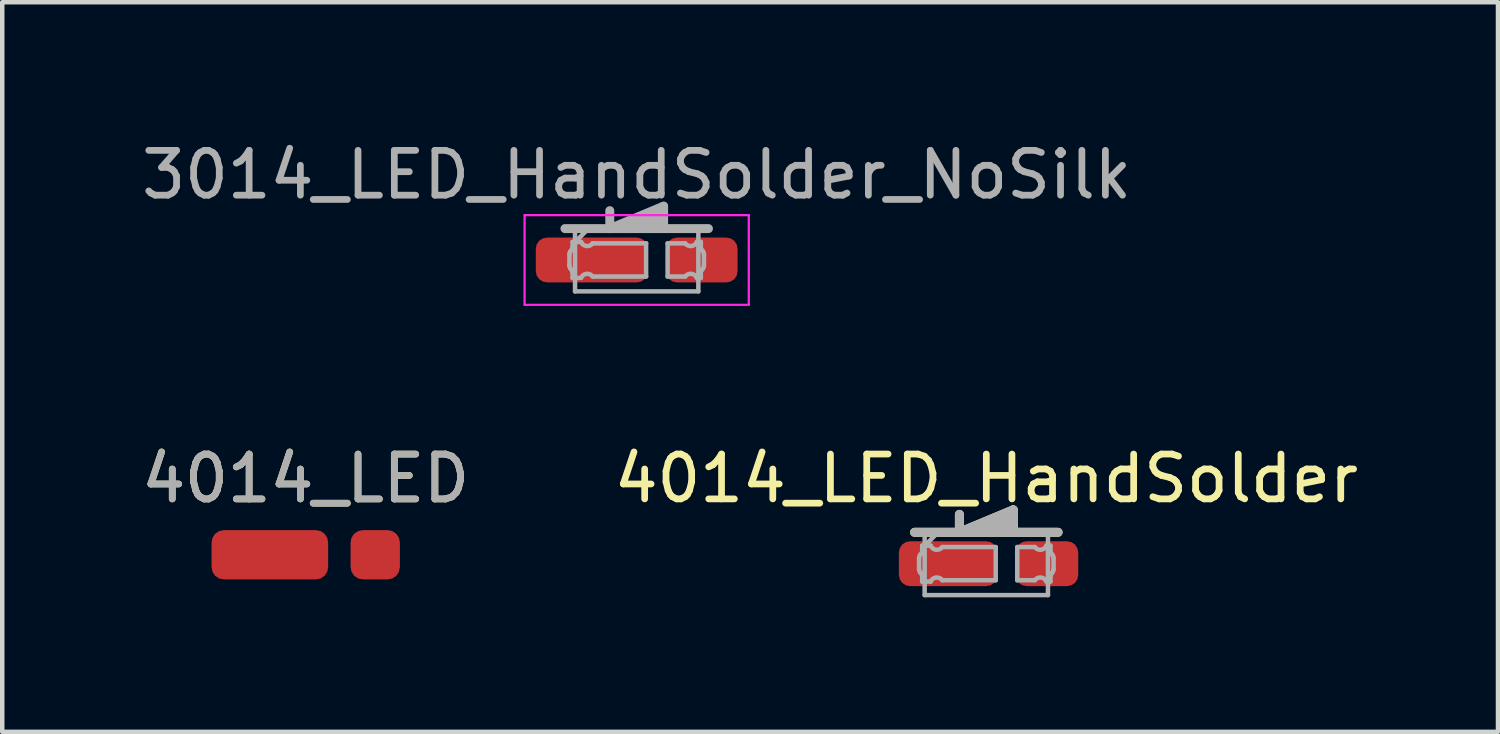
<source format=kicad_pcb>
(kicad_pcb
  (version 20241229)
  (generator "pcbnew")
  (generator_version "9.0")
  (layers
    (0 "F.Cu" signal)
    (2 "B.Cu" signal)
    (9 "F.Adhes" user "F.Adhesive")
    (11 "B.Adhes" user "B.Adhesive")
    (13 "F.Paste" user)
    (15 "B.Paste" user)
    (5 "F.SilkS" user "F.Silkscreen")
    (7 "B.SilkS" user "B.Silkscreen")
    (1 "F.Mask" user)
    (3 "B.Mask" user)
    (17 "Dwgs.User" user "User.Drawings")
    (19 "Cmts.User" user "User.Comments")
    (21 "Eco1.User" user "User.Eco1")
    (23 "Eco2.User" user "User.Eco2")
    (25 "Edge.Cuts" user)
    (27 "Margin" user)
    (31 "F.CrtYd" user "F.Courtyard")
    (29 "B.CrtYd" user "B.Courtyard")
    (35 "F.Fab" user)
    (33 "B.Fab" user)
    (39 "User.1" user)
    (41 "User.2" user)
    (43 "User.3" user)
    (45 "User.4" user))
  (footprint "4014_LED_HandSolder"
    (layer "F.Cu")
    (at 18.946 9.521)
    (property "Reference" "4014_LED_HandSolder" (at 0 -1.9 0) (unlocked yes) (layer "F.SilkS") (effects (font (size 1 1) (thickness 0.15))))
    (attr smd)
    (fp_line (start -1.6 -0.7) (end 1.6 -0.7) (stroke (width 0.2) (type solid)) (layer "F.SilkS"))
    (fp_line (start -0.6 -0.7) (end -0.6 -1.1) (stroke (width 0.2) (type solid)) (layer "F.SilkS"))
    (fp_line (start -0.6 -0.7) (end 0.6 -1.2) (stroke (width 0.2) (type solid)) (layer "F.SilkS"))
    (fp_line (start -0.2 -0.7) (end 0.6 -1.05) (stroke (width 0.2) (type solid)) (layer "F.SilkS"))
    (fp_line (start 0.6 -1.2) (end 0.6 -0.7) (stroke (width 0.2) (type solid)) (layer "F.SilkS"))
    (fp_line (start 0.6 -0.85) (end 0.25 -0.7) (stroke (width 0.2) (type solid)) (layer "F.SilkS"))
    (fp_line (start -1.6 -0.7) (end 1.6 -0.7) (stroke (width 0.2) (type solid)) (layer "F.Fab"))
    (fp_line (start -1.5 0.124) (end -1.5 -0.126) (stroke (width 0.1) (type solid)) (layer "F.Fab"))
    (fp_line (start -1.474 -0.197) (end -1.456 -0.219) (stroke (width 0.1) (type solid)) (layer "F.Fab"))
    (fp_line (start -1.456 0.217) (end -1.474 0.194) (stroke (width 0.1) (type solid)) (layer "F.Fab"))
    (fp_line (start -1.43 -0.401) (end -1.241 -0.401) (stroke (width 0.1) (type solid)) (layer "F.Fab"))
    (fp_line (start -1.43 -0.29) (end -1.43 -0.401) (stroke (width 0.1) (type solid)) (layer "F.Fab"))
    (fp_line (start -1.43 0.399) (end -1.43 0.287) (stroke (width 0.1) (type solid)) (layer "F.Fab"))
    (fp_line (start -1.375 -0.7) (end 1.375 -0.7) (stroke (width 0.1) (type solid)) (layer "F.Fab"))
    (fp_line (start -1.375 0.7) (end -1.375 -0.7) (stroke (width 0.1) (type solid)) (layer "F.Fab"))
    (fp_line (start -1.241 0.399) (end -1.43 0.399) (stroke (width 0.1) (type solid)) (layer "F.Fab"))
    (fp_line (start -1.075 -0.7) (end -1.375 -0.4) (stroke (width 0.1) (type solid)) (layer "F.Fab"))
    (fp_line (start -0.982 -0.371) (end 0.21 -0.371) (stroke (width 0.1) (type solid)) (layer "F.Fab"))
    (fp_line (start -0.6 -0.7) (end -0.6 -1.1) (stroke (width 0.2) (type solid)) (layer "F.Fab"))
    (fp_line (start -0.6 -0.7) (end 0.6 -1.2) (stroke (width 0.2) (type solid)) (layer "F.Fab"))
    (fp_line (start -0.2 -0.7) (end 0.6 -1.05) (stroke (width 0.2) (type solid)) (layer "F.Fab"))
    (fp_line (start 0.21 -0.371) (end 0.21 0.369) (stroke (width 0.1) (type solid)) (layer "F.Fab"))
    (fp_line (start 0.21 0.369) (end -0.982 0.369) (stroke (width 0.1) (type solid)) (layer "F.Fab"))
    (fp_line (start 0.6 -1.2) (end 0.6 -0.7) (stroke (width 0.2) (type solid)) (layer "F.Fab"))
    (fp_line (start 0.6 -0.85) (end 0.25 -0.7) (stroke (width 0.2) (type solid)) (layer "F.Fab"))
    (fp_line (start 0.69 -0.371) (end 1.082 -0.371) (stroke (width 0.1) (type solid)) (layer "F.Fab"))
    (fp_line (start 0.69 0.369) (end 0.69 -0.371) (stroke (width 0.1) (type solid)) (layer "F.Fab"))
    (fp_line (start 1.082 0.369) (end 0.69 0.369) (stroke (width 0.1) (type solid)) (layer "F.Fab"))
    (fp_line (start 1.341 -0.401) (end 1.43 -0.401) (stroke (width 0.1) (type solid)) (layer "F.Fab"))
    (fp_line (start 1.375 -0.7) (end 1.375 0.7) (stroke (width 0.1) (type solid)) (layer "F.Fab"))
    (fp_line (start 1.375 0.7) (end -1.375 0.7) (stroke (width 0.1) (type solid)) (layer "F.Fab"))
    (fp_line (start 1.43 -0.401) (end 1.43 -0.29) (stroke (width 0.1) (type solid)) (layer "F.Fab"))
    (fp_line (start 1.43 0.287) (end 1.43 0.399) (stroke (width 0.1) (type solid)) (layer "F.Fab"))
    (fp_line (start 1.43 0.399) (end 1.341 0.399) (stroke (width 0.1) (type solid)) (layer "F.Fab"))
    (fp_line (start 1.456 -0.219) (end 1.474 -0.197) (stroke (width 0.1) (type solid)) (layer "F.Fab"))
    (fp_line (start 1.474 0.194) (end 1.456 0.217) (stroke (width 0.1) (type solid)) (layer "F.Fab"))
    (fp_line (start 1.5 -0.126) (end 1.5 0.124) (stroke (width 0.1) (type solid)) (layer "F.Fab"))
    (fp_arc (start -1.5 -0.12634) (mid -1.493372 -0.163905) (end -1.474333 -0.196965) (stroke (width 0.1) (type solid)) (layer "F.Fab"))
    (fp_arc (start -1.474333 0.194405) (mid -1.493378 0.161351) (end -1.5 0.12378) (stroke (width 0.1) (type solid)) (layer "F.Fab"))
    (fp_arc (start -1.455667 0.216695) (mid -1.436622 0.249749) (end -1.43 0.28732) (stroke (width 0.1) (type solid)) (layer "F.Fab"))
    (fp_arc (start -1.43 -0.289879) (mid -1.436617 -0.252306) (end -1.455667 -0.219254) (stroke (width 0.1) (type solid)) (layer "F.Fab"))
    (fp_arc (start -1.240889 0.39872) (mid -1.120108 0.308415) (end -0.981881 0.36872) (stroke (width 0.1) (type solid)) (layer "F.Fab"))
    (fp_arc (start -0.981881 -0.37128) (mid -1.120108 -0.310968) (end -1.240889 -0.40128) (stroke (width 0.1) (type solid)) (layer "F.Fab"))
    (fp_arc (start 1.081881 0.36872) (mid 1.220108 0.308411) (end 1.340889 0.39872) (stroke (width 0.1) (type solid)) (layer "F.Fab"))
    (fp_arc (start 1.340889 -0.40128) (mid 1.220108 -0.310969) (end 1.081881 -0.37128) (stroke (width 0.1) (type solid)) (layer "F.Fab"))
    (fp_arc (start 1.43 0.28732) (mid 1.436616 0.249748) (end 1.455667 0.216695) (stroke (width 0.1) (type solid)) (layer "F.Fab"))
    (fp_arc (start 1.455667 -0.219254) (mid 1.43661 -0.252305) (end 1.43 -0.289879) (stroke (width 0.1) (type solid)) (layer "F.Fab"))
    (fp_arc (start 1.474333 -0.196965) (mid 1.493384 -0.163912) (end 1.5 -0.12634) (stroke (width 0.1) (type solid)) (layer "F.Fab"))
    (fp_arc (start 1.5 0.12378) (mid 1.493384 0.161352) (end 1.474333 0.194405) (stroke (width 0.1) (type solid)) (layer "F.Fab"))
    (pad "A" smd roundrect (at 1.35 0) (size 1.4 1) (layers "F.Cu" "F.Mask" "F.Paste") (roundrect_rratio 0.25))
    (pad "K" smd roundrect (at -0.85 0) (size 2.2 1) (layers "F.Cu" "F.Mask" "F.Paste") (roundrect_rratio 0.25)))
  (footprint "4014_LED"
    (layer "F.Cu")
    (at 3.768 9.322)
    (property "Reference" "4014_LED" (at 0 -1.7 0) (unlocked yes) (layer "F.SilkS") (effects (font (size 1 1) (thickness 0.15))))
    (attr smd)
    (fp_text user "${REFERENCE}" (at 0 -1.7 0) (unlocked yes) (layer "F.Fab") (effects (font (size 1 1) (thickness 0.15))))
    (pad "A" smd roundrect (at 1.55 0) (size 1.1 1.1) (layers "F.Cu" "F.Mask" "F.Paste") (roundrect_rratio 0.25))
    (pad "K" smd roundrect (at -0.8 0) (size 2.6 1.1) (layers "F.Cu" "F.Mask" "F.Paste") (roundrect_rratio 0.25)))
  (footprint "3014_LED_HandSolder_NoSilk"
    (layer "F.Cu")
    (at 11.149 2.748)
    (property "Reference" "3014_LED_HandSolder_NoSilk" (at 0 -1.9 0) (unlocked yes) (layer "F.Fab") (effects (font (size 1 1) (thickness 0.15))))
    (attr smd)
    (fp_line (start -2.5 -1) (end 2.5 -1) (stroke (width 0.05) (type default)) (layer "F.CrtYd"))
    (fp_line (start -2.5 1) (end -2.5 -1) (stroke (width 0.05) (type default)) (layer "F.CrtYd"))
    (fp_line (start 2.5 -1) (end 2.5 1) (stroke (width 0.05) (type default)) (layer "F.CrtYd"))
    (fp_line (start 2.5 1) (end -2.5 1) (stroke (width 0.05) (type default)) (layer "F.CrtYd"))
    (fp_line (start -1.6 -0.7) (end 1.6 -0.7) (stroke (width 0.2) (type solid)) (layer "F.Fab"))
    (fp_line (start -1.5 0.124) (end -1.5 -0.126) (stroke (width 0.1) (type solid)) (layer "F.Fab"))
    (fp_line (start -1.474 -0.197) (end -1.456 -0.219) (stroke (width 0.1) (type solid)) (layer "F.Fab"))
    (fp_line (start -1.456 0.217) (end -1.474 0.194) (stroke (width 0.1) (type solid)) (layer "F.Fab"))
    (fp_line (start -1.43 -0.401) (end -1.241 -0.401) (stroke (width 0.1) (type solid)) (layer "F.Fab"))
    (fp_line (start -1.43 -0.29) (end -1.43 -0.401) (stroke (width 0.1) (type solid)) (layer "F.Fab"))
    (fp_line (start -1.43 0.399) (end -1.43 0.287) (stroke (width 0.1) (type solid)) (layer "F.Fab"))
    (fp_line (start -1.375 -0.7) (end 1.375 -0.7) (stroke (width 0.1) (type solid)) (layer "F.Fab"))
    (fp_line (start -1.375 0.7) (end -1.375 -0.7) (stroke (width 0.1) (type solid)) (layer "F.Fab"))
    (fp_line (start -1.241 0.399) (end -1.43 0.399) (stroke (width 0.1) (type solid)) (layer "F.Fab"))
    (fp_line (start -1.075 -0.7) (end -1.375 -0.4) (stroke (width 0.1) (type solid)) (layer "F.Fab"))
    (fp_line (start -0.982 -0.371) (end 0.21 -0.371) (stroke (width 0.1) (type solid)) (layer "F.Fab"))
    (fp_line (start -0.6 -0.7) (end -0.6 -1.1) (stroke (width 0.2) (type solid)) (layer "F.Fab"))
    (fp_line (start -0.6 -0.7) (end 0.6 -1.2) (stroke (width 0.2) (type solid)) (layer "F.Fab"))
    (fp_line (start -0.2 -0.7) (end 0.6 -1.05) (stroke (width 0.2) (type solid)) (layer "F.Fab"))
    (fp_line (start 0.21 -0.371) (end 0.21 0.369) (stroke (width 0.1) (type solid)) (layer "F.Fab"))
    (fp_line (start 0.21 0.369) (end -0.982 0.369) (stroke (width 0.1) (type solid)) (layer "F.Fab"))
    (fp_line (start 0.6 -1.2) (end 0.6 -0.7) (stroke (width 0.2) (type solid)) (layer "F.Fab"))
    (fp_line (start 0.6 -0.85) (end 0.25 -0.7) (stroke (width 0.2) (type solid)) (layer "F.Fab"))
    (fp_line (start 0.69 -0.371) (end 1.082 -0.371) (stroke (width 0.1) (type solid)) (layer "F.Fab"))
    (fp_line (start 0.69 0.369) (end 0.69 -0.371) (stroke (width 0.1) (type solid)) (layer "F.Fab"))
    (fp_line (start 1.082 0.369) (end 0.69 0.369) (stroke (width 0.1) (type solid)) (layer "F.Fab"))
    (fp_line (start 1.341 -0.401) (end 1.43 -0.401) (stroke (width 0.1) (type solid)) (layer "F.Fab"))
    (fp_line (start 1.375 -0.7) (end 1.375 0.7) (stroke (width 0.1) (type solid)) (layer "F.Fab"))
    (fp_line (start 1.375 0.7) (end -1.375 0.7) (stroke (width 0.1) (type solid)) (layer "F.Fab"))
    (fp_line (start 1.43 -0.401) (end 1.43 -0.29) (stroke (width 0.1) (type solid)) (layer "F.Fab"))
    (fp_line (start 1.43 0.287) (end 1.43 0.399) (stroke (width 0.1) (type solid)) (layer "F.Fab"))
    (fp_line (start 1.43 0.399) (end 1.341 0.399) (stroke (width 0.1) (type solid)) (layer "F.Fab"))
    (fp_line (start 1.456 -0.219) (end 1.474 -0.197) (stroke (width 0.1) (type solid)) (layer "F.Fab"))
    (fp_line (start 1.474 0.194) (end 1.456 0.217) (stroke (width 0.1) (type solid)) (layer "F.Fab"))
    (fp_line (start 1.5 -0.126) (end 1.5 0.124) (stroke (width 0.1) (type solid)) (layer "F.Fab"))
    (fp_arc (start -1.5 -0.12634) (mid -1.493372 -0.163905) (end -1.474333 -0.196965) (stroke (width 0.1) (type solid)) (layer "F.Fab"))
    (fp_arc (start -1.474333 0.194405) (mid -1.493378 0.161351) (end -1.5 0.12378) (stroke (width 0.1) (type solid)) (layer "F.Fab"))
    (fp_arc (start -1.455667 0.216695) (mid -1.436622 0.249749) (end -1.43 0.28732) (stroke (width 0.1) (type solid)) (layer "F.Fab"))
    (fp_arc (start -1.43 -0.289879) (mid -1.436617 -0.252306) (end -1.455667 -0.219254) (stroke (width 0.1) (type solid)) (layer "F.Fab"))
    (fp_arc (start -1.240889 0.39872) (mid -1.120108 0.308415) (end -0.981881 0.36872) (stroke (width 0.1) (type solid)) (layer "F.Fab"))
    (fp_arc (start -0.981881 -0.37128) (mid -1.120108 -0.310968) (end -1.240889 -0.40128) (stroke (width 0.1) (type solid)) (layer "F.Fab"))
    (fp_arc (start 1.081881 0.36872) (mid 1.220108 0.308411) (end 1.340889 0.39872) (stroke (width 0.1) (type solid)) (layer "F.Fab"))
    (fp_arc (start 1.340889 -0.40128) (mid 1.220108 -0.310969) (end 1.081881 -0.37128) (stroke (width 0.1) (type solid)) (layer "F.Fab"))
    (fp_arc (start 1.43 0.28732) (mid 1.436616 0.249748) (end 1.455667 0.216695) (stroke (width 0.1) (type solid)) (layer "F.Fab"))
    (fp_arc (start 1.455667 -0.219254) (mid 1.43661 -0.252305) (end 1.43 -0.289879) (stroke (width 0.1) (type solid)) (layer "F.Fab"))
    (fp_arc (start 1.474333 -0.196965) (mid 1.493384 -0.163912) (end 1.5 -0.12634) (stroke (width 0.1) (type solid)) (layer "F.Fab"))
    (fp_arc (start 1.5 0.12378) (mid 1.493384 0.161352) (end 1.474333 0.194405) (stroke (width 0.1) (type solid)) (layer "F.Fab"))
    (pad "A" smd roundrect (at 1.45 0) (size 1.6 1) (layers "F.Cu" "F.Mask" "F.Paste") (roundrect_rratio 0.25))
    (pad "K" smd roundrect (at -1 0) (size 2.5 1) (layers "F.Cu" "F.Mask" "F.Paste") (roundrect_rratio 0.25)))
  (gr_rect
    (start -3 -3)
    (end 30.357 13.271)
    (stroke (width 0.1) (type default))
    (fill no)
    (layer "Edge.Cuts")))
</source>
